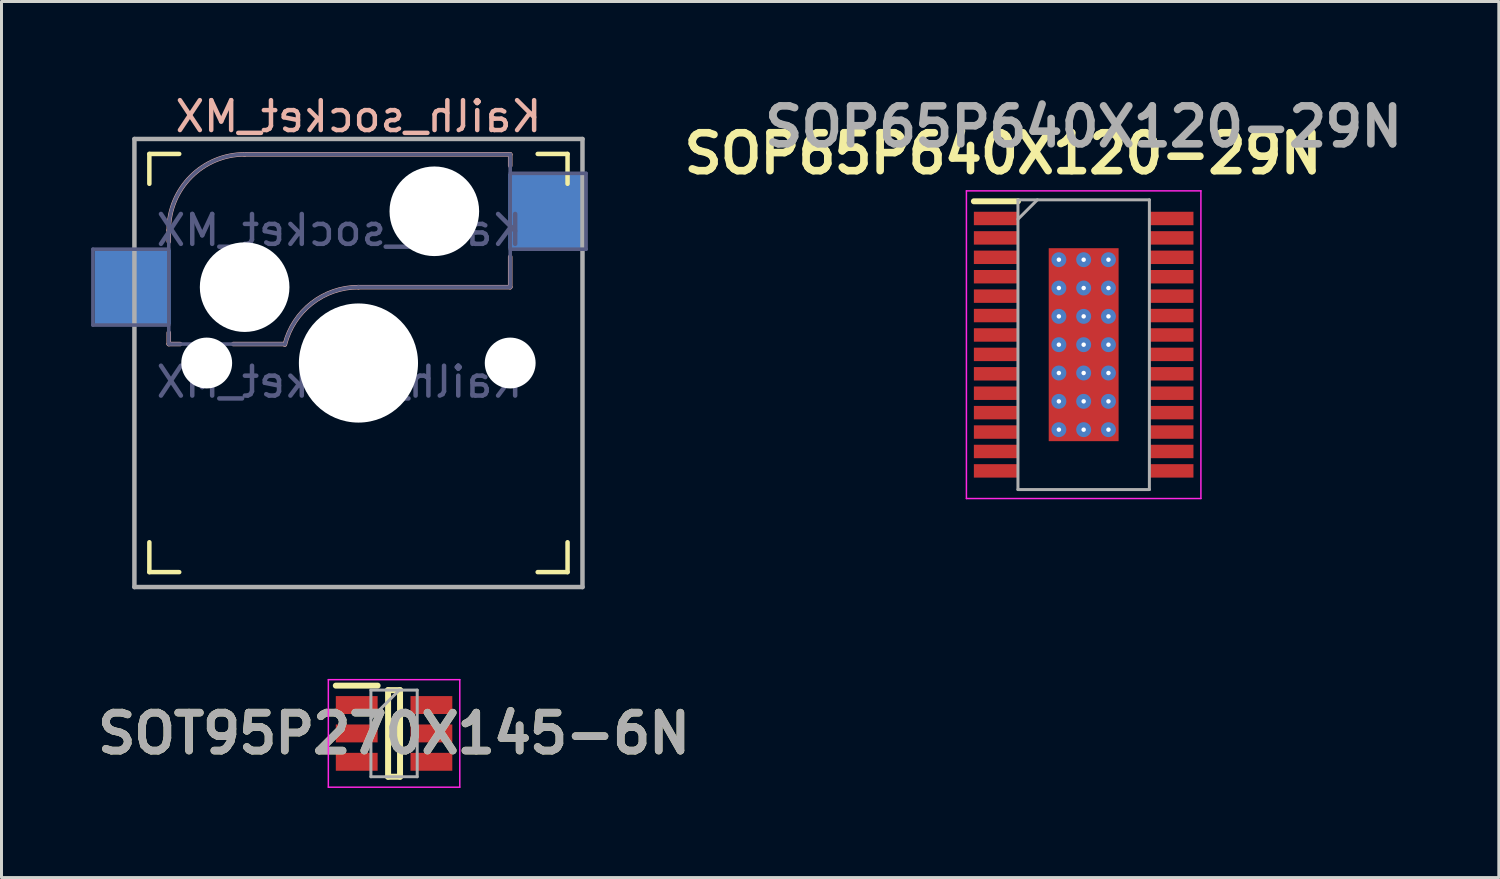
<source format=kicad_pcb>
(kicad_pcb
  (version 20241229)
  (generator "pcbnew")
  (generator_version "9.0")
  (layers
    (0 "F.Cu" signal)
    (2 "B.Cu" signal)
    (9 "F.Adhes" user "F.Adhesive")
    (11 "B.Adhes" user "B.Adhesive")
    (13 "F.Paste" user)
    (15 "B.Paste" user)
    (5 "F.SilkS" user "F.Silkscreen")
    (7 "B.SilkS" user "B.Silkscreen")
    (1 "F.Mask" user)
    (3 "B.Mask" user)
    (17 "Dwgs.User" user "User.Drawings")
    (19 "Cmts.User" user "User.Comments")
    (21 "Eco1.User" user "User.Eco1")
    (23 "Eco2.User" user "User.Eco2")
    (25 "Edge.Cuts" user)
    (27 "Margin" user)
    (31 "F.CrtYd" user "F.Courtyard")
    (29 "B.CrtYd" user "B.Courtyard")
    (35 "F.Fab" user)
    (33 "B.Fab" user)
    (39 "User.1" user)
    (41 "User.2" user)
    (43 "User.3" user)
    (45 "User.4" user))
  (footprint "SOT95P270X145-6N"
    (layer "F.Cu")
    (at 10.142 21.503)
    (property "Reference" "SOT95P270X145-6N" (at 0 0 0) (layer "F.SilkS") (effects (font (size 1.27 1.27) (thickness 0.254))))
    (attr smd)
    (fp_line (start -1.95 -1.6) (end -0.55 -1.6) (stroke (width 0.2) (type solid)) (layer "F.SilkS"))
    (fp_line (start -0.2 -1.45) (end 0.2 -1.45) (stroke (width 0.2) (type solid)) (layer "F.SilkS"))
    (fp_line (start -0.2 1.45) (end -0.2 -1.45) (stroke (width 0.2) (type solid)) (layer "F.SilkS"))
    (fp_line (start 0.2 -1.45) (end 0.2 1.45) (stroke (width 0.2) (type solid)) (layer "F.SilkS"))
    (fp_line (start 0.2 1.45) (end -0.2 1.45) (stroke (width 0.2) (type solid)) (layer "F.SilkS"))
    (fp_line (start -2.2 -1.8) (end 2.2 -1.8) (stroke (width 0.05) (type solid)) (layer "F.CrtYd"))
    (fp_line (start -2.2 1.8) (end -2.2 -1.8) (stroke (width 0.05) (type solid)) (layer "F.CrtYd"))
    (fp_line (start 2.2 -1.8) (end 2.2 1.8) (stroke (width 0.05) (type solid)) (layer "F.CrtYd"))
    (fp_line (start 2.2 1.8) (end -2.2 1.8) (stroke (width 0.05) (type solid)) (layer "F.CrtYd"))
    (fp_line (start -0.775 -1.45) (end 0.775 -1.45) (stroke (width 0.1) (type solid)) (layer "F.Fab"))
    (fp_line (start -0.775 -0.5) (end 0.175 -1.45) (stroke (width 0.1) (type solid)) (layer "F.Fab"))
    (fp_line (start -0.775 1.45) (end -0.775 -1.45) (stroke (width 0.1) (type solid)) (layer "F.Fab"))
    (fp_line (start 0.775 -1.45) (end 0.775 1.45) (stroke (width 0.1) (type solid)) (layer "F.Fab"))
    (fp_line (start 0.775 1.45) (end -0.775 1.45) (stroke (width 0.1) (type solid)) (layer "F.Fab"))
    (fp_text user "${REFERENCE}" (at 0 0 0) (layer "F.Fab") (effects (font (size 1.27 1.27) (thickness 0.254))))
    (pad "1" smd rect (at -1.25 -0.95 90) (size 0.6 1.4) (layers "F.Cu" "F.Mask" "F.Paste"))
    (pad "2" smd rect (at -1.25 0 90) (size 0.6 1.4) (layers "F.Cu" "F.Mask" "F.Paste"))
    (pad "3" smd rect (at -1.25 0.95 90) (size 0.6 1.4) (layers "F.Cu" "F.Mask" "F.Paste"))
    (pad "4" smd rect (at 1.25 0.95 90) (size 0.6 1.4) (layers "F.Cu" "F.Mask" "F.Paste"))
    (pad "5" smd rect (at 1.25 0 90) (size 0.6 1.4) (layers "F.Cu" "F.Mask" "F.Paste"))
    (pad "6" smd rect (at 1.25 -0.95 90) (size 0.6 1.4) (layers "F.Cu" "F.Mask" "F.Paste")))
  (footprint "SOP65P640X120-29N"
    (layer "F.Cu")
    (at 33.228 8.489)
    (property "Reference" "SOP65P640X120-29N" (at -2.7 -6.4 0) (layer "F.SilkS") (effects (font (size 1.27 1.27) (thickness 0.254))))
    (attr smd)
    (fp_line (start -3.675 -4.8) (end -2.2 -4.8) (stroke (width 0.2) (type solid)) (layer "F.SilkS"))
    (fp_line (start -3.925 -5.15) (end 3.925 -5.15) (stroke (width 0.05) (type solid)) (layer "F.CrtYd"))
    (fp_line (start -3.925 5.15) (end -3.925 -5.15) (stroke (width 0.05) (type solid)) (layer "F.CrtYd"))
    (fp_line (start 3.925 -5.15) (end 3.925 5.15) (stroke (width 0.05) (type solid)) (layer "F.CrtYd"))
    (fp_line (start 3.925 5.15) (end -3.925 5.15) (stroke (width 0.05) (type solid)) (layer "F.CrtYd"))
    (fp_line (start -2.2 -4.85) (end 2.2 -4.85) (stroke (width 0.1) (type solid)) (layer "F.Fab"))
    (fp_line (start -2.2 -4.2) (end -1.55 -4.85) (stroke (width 0.1) (type solid)) (layer "F.Fab"))
    (fp_line (start -2.2 4.85) (end -2.2 -4.85) (stroke (width 0.1) (type solid)) (layer "F.Fab"))
    (fp_line (start 2.2 -4.85) (end 2.2 4.85) (stroke (width 0.1) (type solid)) (layer "F.Fab"))
    (fp_line (start 2.2 4.85) (end -2.2 4.85) (stroke (width 0.1) (type solid)) (layer "F.Fab"))
    (fp_text user "${REFERENCE}" (at 0 -7.3 0) (layer "F.Fab") (effects (font (size 1.27 1.27) (thickness 0.254))))
    (pad "" smd rect (at -2.938 3.575 90) (size 0.45 1.475) (layers "F.Cu" "F.Mask" "F.Paste"))
    (pad "" thru_hole circle (at -0.83 -2.845) (size 0.5 0.5) (drill 0.15) (layers "*.Cu" "*.Mask"))
    (pad "" thru_hole circle (at -0.83 -1.897) (size 0.5 0.5) (drill 0.15) (layers "*.Cu" "*.Mask"))
    (pad "" thru_hole circle (at -0.83 -0.948) (size 0.5 0.5) (drill 0.15) (layers "*.Cu" "*.Mask"))
    (pad "" thru_hole circle (at -0.83 0) (size 0.5 0.5) (drill 0.15) (layers "*.Cu" "*.Mask"))
    (pad "" thru_hole circle (at -0.83 0.948) (size 0.5 0.5) (drill 0.15) (layers "*.Cu" "*.Mask"))
    (pad "" thru_hole circle (at -0.83 1.897) (size 0.5 0.5) (drill 0.15) (layers "*.Cu" "*.Mask"))
    (pad "" thru_hole circle (at -0.83 2.845) (size 0.5 0.5) (drill 0.15) (layers "*.Cu" "*.Mask"))
    (pad "" thru_hole circle (at 0 -2.845) (size 0.5 0.5) (drill 0.15) (layers "*.Cu" "*.Mask"))
    (pad "" thru_hole circle (at 0 -1.897) (size 0.5 0.5) (drill 0.15) (layers "*.Cu" "*.Mask"))
    (pad "" thru_hole circle (at 0 -0.948) (size 0.5 0.5) (drill 0.15) (layers "*.Cu" "*.Mask"))
    (pad "" thru_hole circle (at 0 0) (size 0.5 0.5) (drill 0.15) (layers "*.Cu" "*.Mask"))
    (pad "" thru_hole circle (at 0 0.948) (size 0.5 0.5) (drill 0.15) (layers "*.Cu" "*.Mask"))
    (pad "" thru_hole circle (at 0 1.897) (size 0.5 0.5) (drill 0.15) (layers "*.Cu" "*.Mask"))
    (pad "" thru_hole circle (at 0 2.845) (size 0.5 0.5) (drill 0.15) (layers "*.Cu" "*.Mask"))
    (pad "" thru_hole circle (at 0.83 -2.845) (size 0.5 0.5) (drill 0.15) (layers "*.Cu" "*.Mask"))
    (pad "" thru_hole circle (at 0.83 -1.897) (size 0.5 0.5) (drill 0.15) (layers "*.Cu" "*.Mask"))
    (pad "" thru_hole circle (at 0.83 -0.948) (size 0.5 0.5) (drill 0.15) (layers "*.Cu" "*.Mask"))
    (pad "" thru_hole circle (at 0.83 0) (size 0.5 0.5) (drill 0.15) (layers "*.Cu" "*.Mask"))
    (pad "" thru_hole circle (at 0.83 0.948) (size 0.5 0.5) (drill 0.15) (layers "*.Cu" "*.Mask"))
    (pad "" thru_hole circle (at 0.83 1.897) (size 0.5 0.5) (drill 0.15) (layers "*.Cu" "*.Mask"))
    (pad "" thru_hole circle (at 0.83 2.845) (size 0.5 0.5) (drill 0.15) (layers "*.Cu" "*.Mask"))
    (pad "1" smd rect (at -2.938 -4.225 90) (size 0.45 1.475) (layers "F.Cu" "F.Mask" "F.Paste"))
    (pad "2" smd rect (at -2.938 -3.575 90) (size 0.45 1.475) (layers "F.Cu" "F.Mask" "F.Paste"))
    (pad "3" smd rect (at -2.938 -2.925 90) (size 0.45 1.475) (layers "F.Cu" "F.Mask" "F.Paste"))
    (pad "4" smd rect (at -2.938 -2.275 90) (size 0.45 1.475) (layers "F.Cu" "F.Mask" "F.Paste"))
    (pad "5" smd rect (at -2.938 -1.625 90) (size 0.45 1.475) (layers "F.Cu" "F.Mask" "F.Paste"))
    (pad "6" smd rect (at -2.938 -0.975 90) (size 0.45 1.475) (layers "F.Cu" "F.Mask" "F.Paste"))
    (pad "7" smd rect (at -2.938 -0.325 90) (size 0.45 1.475) (layers "F.Cu" "F.Mask" "F.Paste"))
    (pad "8" smd rect (at -2.938 0.325 90) (size 0.45 1.475) (layers "F.Cu" "F.Mask" "F.Paste"))
    (pad "9" smd rect (at -2.938 0.975 90) (size 0.45 1.475) (layers "F.Cu" "F.Mask" "F.Paste"))
    (pad "10" smd rect (at -2.938 1.625 90) (size 0.45 1.475) (layers "F.Cu" "F.Mask" "F.Paste"))
    (pad "11" smd rect (at -2.938 2.275 90) (size 0.45 1.475) (layers "F.Cu" "F.Mask" "F.Paste"))
    (pad "12" smd rect (at -2.938 2.925 90) (size 0.45 1.475) (layers "F.Cu" "F.Mask" "F.Paste"))
    (pad "14" smd rect (at -2.938 4.225 90) (size 0.45 1.475) (layers "F.Cu" "F.Mask" "F.Paste"))
    (pad "15" smd rect (at 2.938 4.225 90) (size 0.45 1.475) (layers "F.Cu" "F.Mask" "F.Paste"))
    (pad "16" smd rect (at 2.938 3.575 90) (size 0.45 1.475) (layers "F.Cu" "F.Mask" "F.Paste"))
    (pad "17" smd rect (at 2.938 2.925 90) (size 0.45 1.475) (layers "F.Cu" "F.Mask" "F.Paste"))
    (pad "18" smd rect (at 2.938 2.275 90) (size 0.45 1.475) (layers "F.Cu" "F.Mask" "F.Paste"))
    (pad "19" smd rect (at 2.938 1.625 90) (size 0.45 1.475) (layers "F.Cu" "F.Mask" "F.Paste"))
    (pad "20" smd rect (at 2.938 0.975 90) (size 0.45 1.475) (layers "F.Cu" "F.Mask" "F.Paste"))
    (pad "21" smd rect (at 2.938 0.325 90) (size 0.45 1.475) (layers "F.Cu" "F.Mask" "F.Paste"))
    (pad "22" smd rect (at 2.938 -0.325 90) (size 0.45 1.475) (layers "F.Cu" "F.Mask" "F.Paste"))
    (pad "23" smd rect (at 2.938 -0.975 90) (size 0.45 1.475) (layers "F.Cu" "F.Mask" "F.Paste"))
    (pad "24" smd rect (at 2.938 -1.625 90) (size 0.45 1.475) (layers "F.Cu" "F.Mask" "F.Paste"))
    (pad "25" smd rect (at 2.938 -2.275 90) (size 0.45 1.475) (layers "F.Cu" "F.Mask" "F.Paste"))
    (pad "26" smd rect (at 2.938 -2.925 90) (size 0.45 1.475) (layers "F.Cu" "F.Mask" "F.Paste"))
    (pad "27" smd rect (at 2.938 -3.575 90) (size 0.45 1.475) (layers "F.Cu" "F.Mask" "F.Paste"))
    (pad "28" smd rect (at 2.938 -4.225 90) (size 0.45 1.475) (layers "F.Cu" "F.Mask" "F.Paste"))
    (pad "29" smd rect (at 0 0) (size 2.34 6.46) (layers "F.Cu" "F.Mask" "F.Paste")))
  (footprint "Kailh_socket_MX"
    (layer "F.Cu")
    (at 8.95 9.103)
    (property "Reference" "Kailh_socket_MX" (at 0 -8.255 0) (layer "B.SilkS") (effects (font (size 1 1) (thickness 0.15)) (justify mirror)))
    (property "Value" "Kailh_socket_MX" (at 0 8.255 0) (layer "F.Fab") (hide yes) (effects (font (size 1 1) (thickness 0.15))))
    (attr smd)
    (fp_line (start -7 -6) (end -7 -7) (stroke (width 0.15) (type solid)) (layer "F.SilkS"))
    (fp_line (start -7 7) (end -7 6) (stroke (width 0.15) (type solid)) (layer "F.SilkS"))
    (fp_line (start -7 7) (end -6 7) (stroke (width 0.15) (type solid)) (layer "F.SilkS"))
    (fp_line (start -6 -7) (end -7 -7) (stroke (width 0.15) (type solid)) (layer "F.SilkS"))
    (fp_line (start 6 7) (end 7 7) (stroke (width 0.15) (type solid)) (layer "F.SilkS"))
    (fp_line (start 7 -7) (end 6 -7) (stroke (width 0.15) (type solid)) (layer "F.SilkS"))
    (fp_line (start 7 -7) (end 7 -6) (stroke (width 0.15) (type solid)) (layer "F.SilkS"))
    (fp_line (start 7 6) (end 7 7) (stroke (width 0.15) (type solid)) (layer "F.SilkS"))
    (fp_line (start -6.35 -4.445) (end -6.35 -4.064) (stroke (width 0.15) (type solid)) (layer "B.SilkS"))
    (fp_line (start -6.35 -1.016) (end -6.35 -0.635) (stroke (width 0.15) (type solid)) (layer "B.SilkS"))
    (fp_line (start -5.969 -0.635) (end -6.35 -0.635) (stroke (width 0.15) (type solid)) (layer "B.SilkS"))
    (fp_line (start -3.81 -6.985) (end 5.08 -6.985) (stroke (width 0.15) (type solid)) (layer "B.SilkS"))
    (fp_line (start -2.464 -0.635) (end -4.191 -0.635) (stroke (width 0.15) (type solid)) (layer "B.SilkS"))
    (fp_line (start 5.08 -6.985) (end 5.08 -6.604) (stroke (width 0.15) (type solid)) (layer "B.SilkS"))
    (fp_line (start 5.08 -3.556) (end 5.08 -2.54) (stroke (width 0.15) (type solid)) (layer "B.SilkS"))
    (fp_line (start 5.08 -2.54) (end 0 -2.54) (stroke (width 0.15) (type solid)) (layer "B.SilkS"))
    (fp_arc (start -6.35 -4.445) (mid -5.606051 -6.241051) (end -3.81 -6.985) (stroke (width 0.15) (type solid)) (layer "B.SilkS"))
    (fp_arc (start -2.464162 -0.61604) (mid -1.563147 -2.002042) (end 0 -2.54) (stroke (width 0.15) (type solid)) (layer "B.SilkS"))
    (fp_line (start -6.9 6.9) (end -6.9 -6.9) (stroke (width 0.15) (type solid)) (layer "Eco2.User"))
    (fp_line (start -6.9 6.9) (end 6.9 6.9) (stroke (width 0.15) (type solid)) (layer "Eco2.User"))
    (fp_line (start -2.6 6.3) (end -2.6 3.1) (stroke (width 0.15) (type solid)) (layer "Eco2.User"))
    (fp_line (start -2.6 6.3) (end 2.6 6.3) (stroke (width 0.15) (type solid)) (layer "Eco2.User"))
    (fp_line (start 2.6 3.1) (end -2.6 3.1) (stroke (width 0.15) (type solid)) (layer "Eco2.User"))
    (fp_line (start 2.6 6.3) (end 2.6 3.1) (stroke (width 0.15) (type solid)) (layer "Eco2.User"))
    (fp_line (start 6.9 -6.9) (end -6.9 -6.9) (stroke (width 0.15) (type solid)) (layer "Eco2.User"))
    (fp_line (start 6.9 -6.9) (end 6.9 6.9) (stroke (width 0.15) (type solid)) (layer "Eco2.User"))
    (fp_line (start -8.89 -3.81) (end -6.35 -3.81) (stroke (width 0.12) (type solid)) (layer "B.Fab"))
    (fp_line (start -8.89 -1.27) (end -8.89 -3.81) (stroke (width 0.12) (type solid)) (layer "B.Fab"))
    (fp_line (start -6.35 -1.27) (end -8.89 -1.27) (stroke (width 0.12) (type solid)) (layer "B.Fab"))
    (fp_line (start -6.35 -0.635) (end -6.35 -4.445) (stroke (width 0.12) (type solid)) (layer "B.Fab"))
    (fp_line (start -6.35 -0.635) (end -2.54 -0.635) (stroke (width 0.12) (type solid)) (layer "B.Fab"))
    (fp_line (start -3.81 -6.985) (end 5.08 -6.985) (stroke (width 0.12) (type solid)) (layer "B.Fab"))
    (fp_line (start 5.08 -6.985) (end 5.08 -2.54) (stroke (width 0.12) (type solid)) (layer "B.Fab"))
    (fp_line (start 5.08 -6.35) (end 7.62 -6.35) (stroke (width 0.12) (type solid)) (layer "B.Fab"))
    (fp_line (start 5.08 -2.54) (end 0 -2.54) (stroke (width 0.12) (type solid)) (layer "B.Fab"))
    (fp_line (start 7.62 -6.35) (end 7.62 -3.81) (stroke (width 0.12) (type solid)) (layer "B.Fab"))
    (fp_line (start 7.62 -3.81) (end 5.08 -3.81) (stroke (width 0.12) (type solid)) (layer "B.Fab"))
    (fp_arc (start -6.35 -4.445) (mid -5.606051 -6.241051) (end -3.81 -6.985) (stroke (width 0.12) (type solid)) (layer "B.Fab"))
    (fp_arc (start -2.464162 -0.61604) (mid -1.563147 -2.002042) (end 0 -2.54) (stroke (width 0.12) (type solid)) (layer "B.Fab"))
    (fp_line (start -7.5 -7.5) (end 7.5 -7.5) (stroke (width 0.15) (type solid)) (layer "F.Fab"))
    (fp_line (start -7.5 7.5) (end -7.5 -7.5) (stroke (width 0.15) (type solid)) (layer "F.Fab"))
    (fp_line (start 7.5 -7.5) (end 7.5 7.5) (stroke (width 0.15) (type solid)) (layer "F.Fab"))
    (fp_line (start 7.5 7.5) (end -7.5 7.5) (stroke (width 0.15) (type solid)) (layer "F.Fab"))
    (fp_text user "${REFERENCE}" (at -0.635 -4.445 0) (layer "B.Fab") (effects (font (size 1 1) (thickness 0.15)) (justify mirror)))
    (fp_text user "${VALUE}" (at -0.635 0.635 0) (layer "B.Fab") (effects (font (size 1 1) (thickness 0.15)) (justify mirror)))
    (pad "" np_thru_hole circle (at -5.08 0) (size 1.702 1.702) (drill 1.702) (layers "*.Cu" "*.Mask"))
    (pad "" np_thru_hole circle (at -3.81 -2.54) (size 3 3) (drill 3) (layers "*.Cu" "*.Mask"))
    (pad "" np_thru_hole circle (at 0 0) (size 3.988 3.988) (drill 3.988) (layers "*.Cu" "*.Mask"))
    (pad "" np_thru_hole circle (at 2.54 -5.08) (size 3 3) (drill 3) (layers "*.Cu" "*.Mask"))
    (pad "" np_thru_hole circle (at 5.08 0) (size 1.702 1.702) (drill 1.702) (layers "*.Cu" "*.Mask"))
    (pad "1" smd rect (at 6.29 -5.08) (size 2.55 2.5) (layers "B.Cu" "B.Mask" "B.Paste"))
    (pad "2" smd rect (at -7.56 -2.54) (size 2.55 2.5) (layers "B.Cu" "B.Mask" "B.Paste")))
  (gr_rect
    (start -3 -3)
    (end 47.126 26.328)
    (stroke (width 0.1) (type default))
    (fill no)
    (layer "Edge.Cuts")))
</source>
